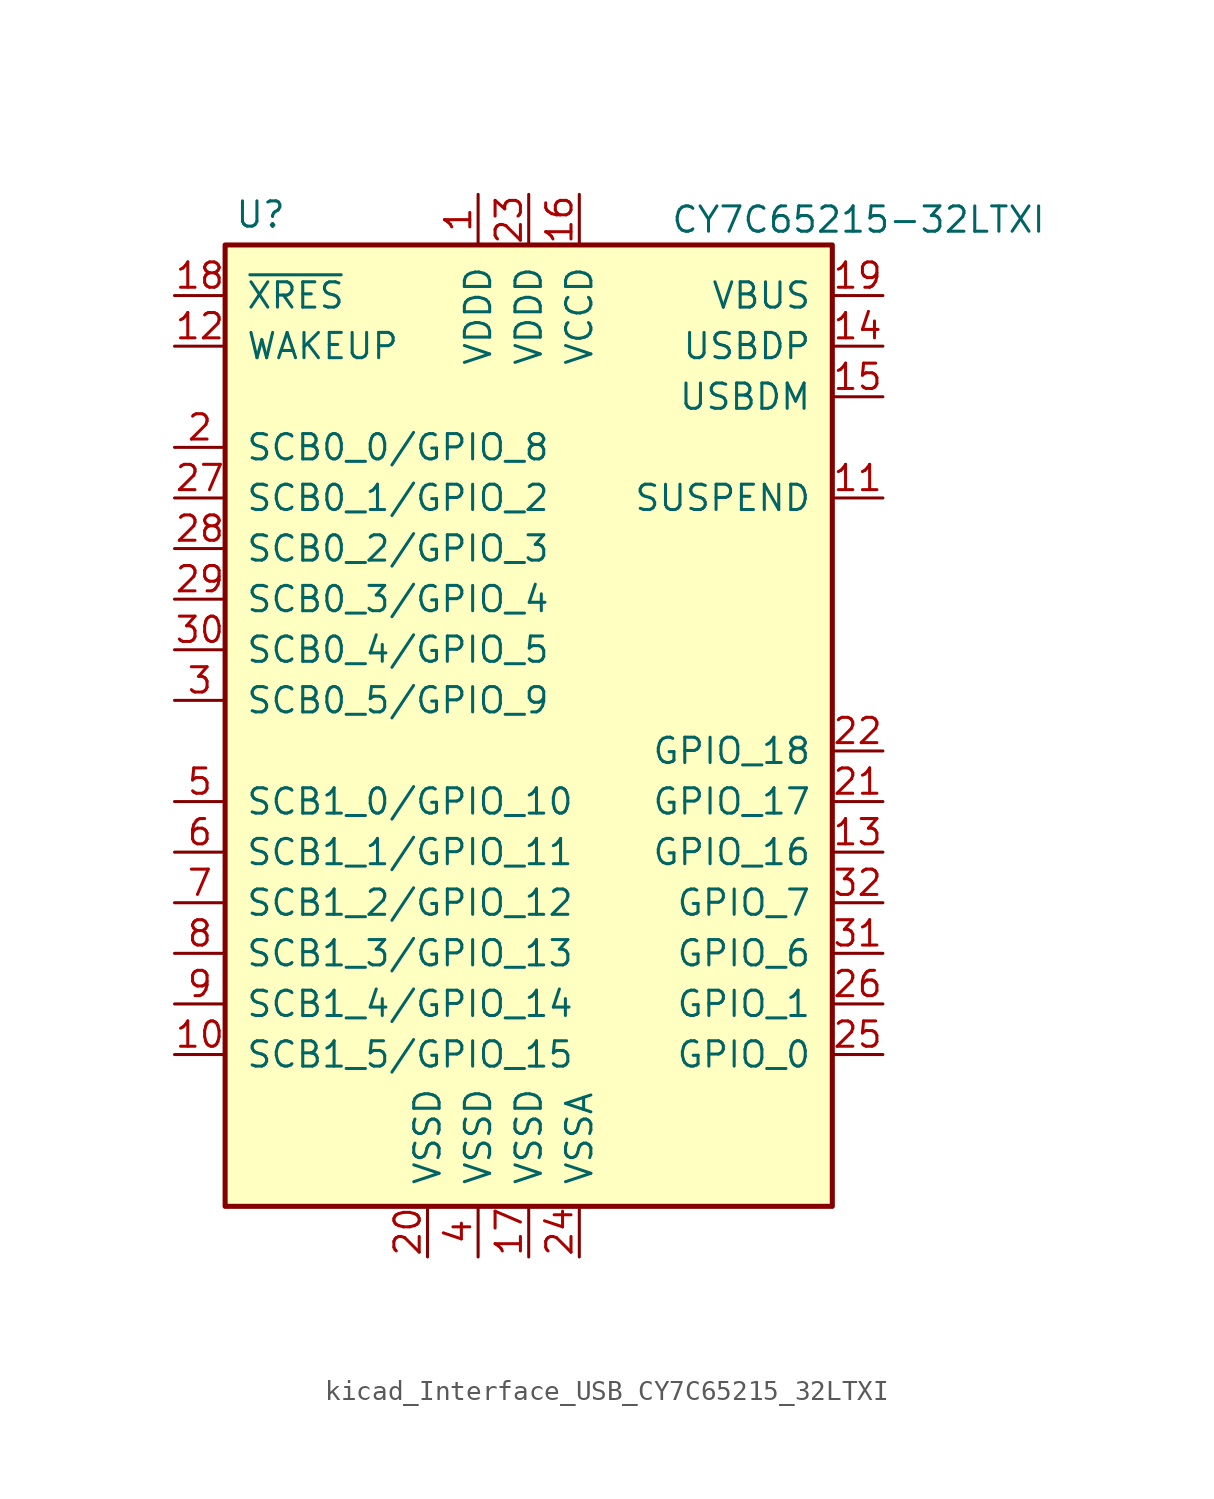
<source format=kicad_sym>
(kicad_symbol_lib
  (version 20220914)
  (generator kicad_symbol_editor)
  (symbol "kicad_Interface_USB_CY7C65215_32LTXI"
    (pin_names
      (offset 1.016))
    (property "Reference" "U"
      (at -13.462 21.844 0)
      (effects (font (size 1.27 1.27))))
    (property "Value" "CY7C65215-32LTXI"
      (at 7.112 21.59 0)
      (effects (font (size 1.27 1.27)) (justify left)))
    (symbol "kicad_Interface_USB_CY7C65215_32LTXI_0_1"
      (rectangle (start -15.24 20.32) (end 15.24 -27.94) (stroke (width 0.254) (type default)) (fill (type background))))
    (symbol "kicad_Interface_USB_CY7C65215_32LTXI_1_1"
      (pin power_in line (at -2.54 22.86 270) (length 2.54) (name "VDDD" (effects (font (size 1.27 1.27)))) (number "1" (effects (font (size 1.27 1.27)))))
      (pin bidirectional line (at -17.78 -20.32 0) (length 2.54) (name "SCB1_5/GPIO_15" (effects (font (size 1.27 1.27)))) (number "10" (effects (font (size 1.27 1.27)))))
      (pin output line (at 17.78 7.62 180) (length 2.54) (name "SUSPEND" (effects (font (size 1.27 1.27)))) (number "11" (effects (font (size 1.27 1.27)))))
      (pin input line (at -17.78 15.24 0) (length 2.54) (name "WAKEUP" (effects (font (size 1.27 1.27)))) (number "12" (effects (font (size 1.27 1.27)))))
      (pin tri_state line (at 17.78 -10.16 180) (length 2.54) (name "GPIO_16" (effects (font (size 1.27 1.27)))) (number "13" (effects (font (size 1.27 1.27)))))
      (pin bidirectional line (at 17.78 15.24 180) (length 2.54) (name "USBDP" (effects (font (size 1.27 1.27)))) (number "14" (effects (font (size 1.27 1.27)))))
      (pin bidirectional line (at 17.78 12.7 180) (length 2.54) (name "USBDM" (effects (font (size 1.27 1.27)))) (number "15" (effects (font (size 1.27 1.27)))))
      (pin power_in line (at 2.54 22.86 270) (length 2.54) (name "VCCD" (effects (font (size 1.27 1.27)))) (number "16" (effects (font (size 1.27 1.27)))))
      (pin power_in line (at 0 -30.48 90) (length 2.54) (name "VSSD" (effects (font (size 1.27 1.27)))) (number "17" (effects (font (size 1.27 1.27)))))
      (pin input line (at -17.78 17.78 0) (length 2.54) (name "~{XRES}" (effects (font (size 1.27 1.27)))) (number "18" (effects (font (size 1.27 1.27)))))
      (pin power_out line (at 17.78 17.78 180) (length 2.54) (name "VBUS" (effects (font (size 1.27 1.27)))) (number "19" (effects (font (size 1.27 1.27)))))
      (pin bidirectional line (at -17.78 10.16 0) (length 2.54) (name "SCB0_0/GPIO_8" (effects (font (size 1.27 1.27)))) (number "2" (effects (font (size 1.27 1.27)))))
      (pin power_in line (at -5.08 -30.48 90) (length 2.54) (name "VSSD" (effects (font (size 1.27 1.27)))) (number "20" (effects (font (size 1.27 1.27)))))
      (pin tri_state line (at 17.78 -7.62 180) (length 2.54) (name "GPIO_17" (effects (font (size 1.27 1.27)))) (number "21" (effects (font (size 1.27 1.27)))))
      (pin tri_state line (at 17.78 -5.08 180) (length 2.54) (name "GPIO_18" (effects (font (size 1.27 1.27)))) (number "22" (effects (font (size 1.27 1.27)))))
      (pin power_in line (at 0 22.86 270) (length 2.54) (name "VDDD" (effects (font (size 1.27 1.27)))) (number "23" (effects (font (size 1.27 1.27)))))
      (pin power_in line (at 2.54 -30.48 90) (length 2.54) (name "VSSA" (effects (font (size 1.27 1.27)))) (number "24" (effects (font (size 1.27 1.27)))))
      (pin bidirectional line (at 17.78 -20.32 180) (length 2.54) (name "GPIO_0" (effects (font (size 1.27 1.27)))) (number "25" (effects (font (size 1.27 1.27)))))
      (pin bidirectional line (at 17.78 -17.78 180) (length 2.54) (name "GPIO_1" (effects (font (size 1.27 1.27)))) (number "26" (effects (font (size 1.27 1.27)))))
      (pin bidirectional line (at -17.78 7.62 0) (length 2.54) (name "SCB0_1/GPIO_2" (effects (font (size 1.27 1.27)))) (number "27" (effects (font (size 1.27 1.27)))))
      (pin bidirectional line (at -17.78 5.08 0) (length 2.54) (name "SCB0_2/GPIO_3" (effects (font (size 1.27 1.27)))) (number "28" (effects (font (size 1.27 1.27)))))
      (pin bidirectional line (at -17.78 2.54 0) (length 2.54) (name "SCB0_3/GPIO_4" (effects (font (size 1.27 1.27)))) (number "29" (effects (font (size 1.27 1.27)))))
      (pin bidirectional line (at -17.78 -2.54 0) (length 2.54) (name "SCB0_5/GPIO_9" (effects (font (size 1.27 1.27)))) (number "3" (effects (font (size 1.27 1.27)))))
      (pin bidirectional line (at -17.78 0 0) (length 2.54) (name "SCB0_4/GPIO_5" (effects (font (size 1.27 1.27)))) (number "30" (effects (font (size 1.27 1.27)))))
      (pin bidirectional line (at 17.78 -15.24 180) (length 2.54) (name "GPIO_6" (effects (font (size 1.27 1.27)))) (number "31" (effects (font (size 1.27 1.27)))))
      (pin bidirectional line (at 17.78 -12.7 180) (length 2.54) (name "GPIO_7" (effects (font (size 1.27 1.27)))) (number "32" (effects (font (size 1.27 1.27)))))
      (pin no_connect line (at -15.24 -25.4 0) (length 2.54) hide (name "1EP" (effects (font (size 1.27 1.27)))) (number "33" (effects (font (size 1.27 1.27)))))
      (pin power_in line (at -2.54 -30.48 90) (length 2.54) (name "VSSD" (effects (font (size 1.27 1.27)))) (number "4" (effects (font (size 1.27 1.27)))))
      (pin bidirectional line (at -17.78 -7.62 0) (length 2.54) (name "SCB1_0/GPIO_10" (effects (font (size 1.27 1.27)))) (number "5" (effects (font (size 1.27 1.27)))))
      (pin bidirectional line (at -17.78 -10.16 0) (length 2.54) (name "SCB1_1/GPIO_11" (effects (font (size 1.27 1.27)))) (number "6" (effects (font (size 1.27 1.27)))))
      (pin bidirectional line (at -17.78 -12.7 0) (length 2.54) (name "SCB1_2/GPIO_12" (effects (font (size 1.27 1.27)))) (number "7" (effects (font (size 1.27 1.27)))))
      (pin bidirectional line (at -17.78 -15.24 0) (length 2.54) (name "SCB1_3/GPIO_13" (effects (font (size 1.27 1.27)))) (number "8" (effects (font (size 1.27 1.27)))))
      (pin bidirectional line (at -17.78 -17.78 0) (length 2.54) (name "SCB1_4/GPIO_14" (effects (font (size 1.27 1.27)))) (number "9" (effects (font (size 1.27 1.27))))))))
</source>
